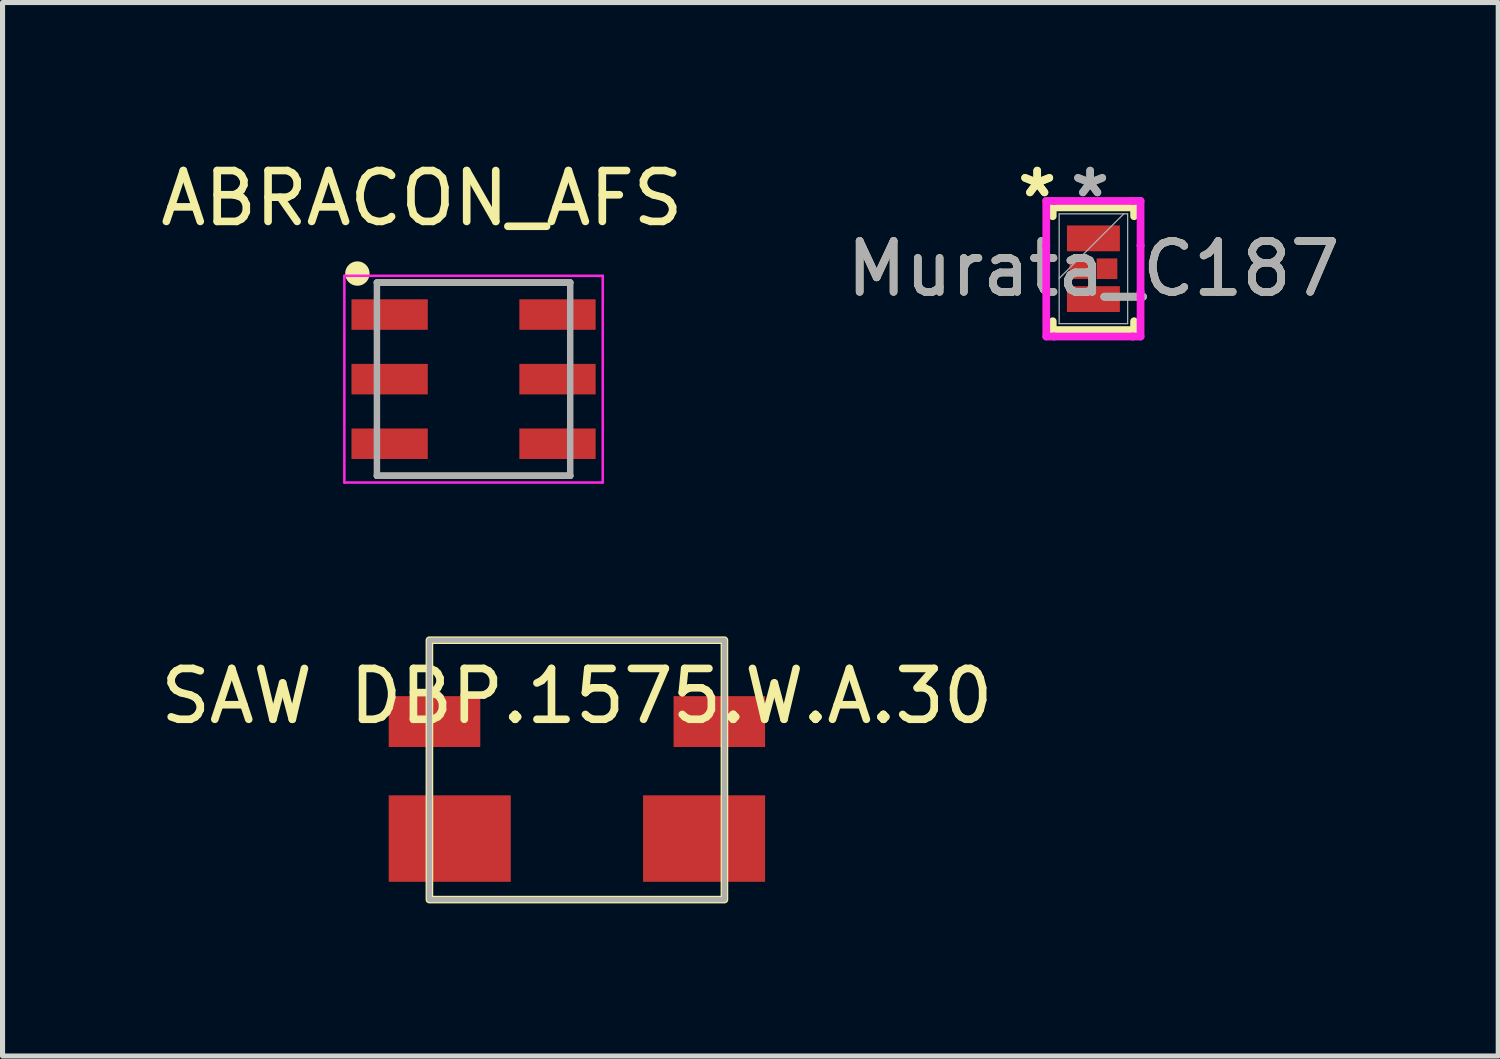
<source format=kicad_pcb>
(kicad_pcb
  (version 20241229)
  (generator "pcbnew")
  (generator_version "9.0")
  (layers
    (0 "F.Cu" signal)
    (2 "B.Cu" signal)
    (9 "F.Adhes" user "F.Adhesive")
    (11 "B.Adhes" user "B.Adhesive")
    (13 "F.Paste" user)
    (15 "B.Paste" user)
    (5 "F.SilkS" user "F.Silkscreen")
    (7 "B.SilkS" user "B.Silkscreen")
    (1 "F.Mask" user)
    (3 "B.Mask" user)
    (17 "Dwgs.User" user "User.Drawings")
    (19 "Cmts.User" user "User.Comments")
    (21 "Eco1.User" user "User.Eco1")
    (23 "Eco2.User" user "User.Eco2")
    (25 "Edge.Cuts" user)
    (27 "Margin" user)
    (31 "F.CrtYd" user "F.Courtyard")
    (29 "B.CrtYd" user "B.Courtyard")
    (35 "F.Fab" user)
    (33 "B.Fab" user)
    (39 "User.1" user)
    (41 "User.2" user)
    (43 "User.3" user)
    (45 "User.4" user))
  (footprint "ABRACON_AFS"
    (layer "F.Cu")
    (at 6.26 4.404)
    (property "Reference" "ABRACON_AFS" (at -1.016 -3.556 0) (layer "F.SilkS") (effects (font (size 1 1) (thickness 0.15))))
    (attr through_hole)
    (fp_line (start -1.9 -1.9) (end 1.9 -1.9) (stroke (width 0.127) (type solid)) (layer "F.SilkS"))
    (fp_line (start 1.9 1.9) (end -1.9 1.9) (stroke (width 0.127) (type solid)) (layer "F.SilkS"))
    (fp_circle (center -2.284 -2.076) (end -2.164 -2.076) (stroke (width 0.24) (type solid)) (fill no) (layer "F.SilkS"))
    (fp_line (start -2.54 -2.032) (end 2.54 -2.032) (stroke (width 0.05) (type solid)) (layer "F.CrtYd"))
    (fp_line (start -2.54 2.032) (end -2.54 -2.032) (stroke (width 0.05) (type solid)) (layer "F.CrtYd"))
    (fp_line (start 2.54 -2.032) (end 2.54 2.032) (stroke (width 0.05) (type solid)) (layer "F.CrtYd"))
    (fp_line (start 2.54 2.032) (end -2.54 2.032) (stroke (width 0.05) (type solid)) (layer "F.CrtYd"))
    (fp_line (start -1.9 -1.9) (end 1.9 -1.9) (stroke (width 0.127) (type solid)) (layer "F.Fab"))
    (fp_line (start -1.9 1.9) (end -1.9 -1.9) (stroke (width 0.127) (type solid)) (layer "F.Fab"))
    (fp_line (start 1.9 -1.9) (end 1.9 1.9) (stroke (width 0.127) (type solid)) (layer "F.Fab"))
    (fp_line (start 1.9 1.9) (end -1.9 1.9) (stroke (width 0.127) (type solid)) (layer "F.Fab"))
    (pad "1" smd rect (at -1.65 -1.27) (size 1.5 0.6) (layers "F.Cu" "F.Mask" "F.Paste"))
    (pad "2" smd rect (at -1.65 0) (size 1.5 0.6) (layers "F.Cu" "F.Mask" "F.Paste"))
    (pad "3" smd rect (at -1.65 1.27) (size 1.5 0.6) (layers "F.Cu" "F.Mask" "F.Paste"))
    (pad "4" smd rect (at 1.65 1.27) (size 1.5 0.6) (layers "F.Cu" "F.Mask" "F.Paste"))
    (pad "5" smd rect (at 1.65 0) (size 1.5 0.6) (layers "F.Cu" "F.Mask" "F.Paste"))
    (pad "6" smd rect (at 1.65 -1.27) (size 1.5 0.6) (layers "F.Cu" "F.Mask" "F.Paste")))
  (footprint "SAW DBP.1575.W.A.30"
    (layer "F.Cu")
    (at 8.292 11.136)
    (property "Reference" "SAW DBP.1575.W.A.30" (at 0 -0.5 0) (unlocked yes) (layer "F.SilkS") (effects (font (size 1 1) (thickness 0.15))))
    (attr through_hole)
    (fp_rect (start -2.9 -1.6) (end 2.9 3.5) (stroke (width 0.15) (type solid)) (fill no) (layer "F.SilkS"))
    (fp_rect (start -2.9 -1.6) (end 2.9 3.5) (stroke (width 0.1) (type solid)) (fill no) (layer "F.Fab"))
    (pad "1" smd rect (at -2.8 0) (size 1.8 1) (layers "F.Cu" "F.Mask" "F.Paste"))
    (pad "2" smd rect (at 2.8 0) (size 1.8 1) (layers "F.Cu" "F.Mask" "F.Paste"))
    (pad "3" smd rect (at -2.5 2.3) (size 2.4 1.7) (layers "F.Cu" "F.Mask" "F.Paste"))
    (pad "3" smd rect (at 2.5 2.3) (size 2.4 1.7) (layers "F.Cu" "F.Mask" "F.Paste")))
  (footprint "Murata_C187"
    (layer "F.Cu")
    (at 18.446 2.233)
    (property "Reference" "Murata_C187" (at 0 0 0) (unlocked yes) (layer "F.SilkS") (effects (font (size 1 1) (thickness 0.15))))
    (attr smd)
    (fp_line (start -0.8 -1.206) (end -0.8 -1.032) (stroke (width 0.152) (type solid)) (layer "F.SilkS"))
    (fp_line (start -0.8 1.032) (end -0.8 1.206) (stroke (width 0.152) (type solid)) (layer "F.SilkS"))
    (fp_line (start -0.8 1.206) (end 0.8 1.206) (stroke (width 0.152) (type solid)) (layer "F.SilkS"))
    (fp_line (start 0.8 -1.206) (end -0.8 -1.206) (stroke (width 0.152) (type solid)) (layer "F.SilkS"))
    (fp_line (start 0.8 -1.032) (end 0.8 -1.206) (stroke (width 0.152) (type solid)) (layer "F.SilkS"))
    (fp_line (start 0.8 1.206) (end 0.8 1.032) (stroke (width 0.152) (type solid)) (layer "F.SilkS"))
    (fp_line (start -0.927 -1.333) (end -0.775 -1.333) (stroke (width 0.152) (type solid)) (layer "F.CrtYd"))
    (fp_line (start -0.927 -0.457) (end -0.927 -1.333) (stroke (width 0.152) (type solid)) (layer "F.CrtYd"))
    (fp_line (start -0.927 -0.457) (end -0.927 -0.457) (stroke (width 0.152) (type solid)) (layer "F.CrtYd"))
    (fp_line (start -0.927 0.457) (end -0.927 -0.457) (stroke (width 0.152) (type solid)) (layer "F.CrtYd"))
    (fp_line (start -0.927 0.457) (end -0.927 0.457) (stroke (width 0.152) (type solid)) (layer "F.CrtYd"))
    (fp_line (start -0.927 1.333) (end -0.927 0.457) (stroke (width 0.152) (type solid)) (layer "F.CrtYd"))
    (fp_line (start -0.927 1.333) (end -0.775 1.333) (stroke (width 0.152) (type solid)) (layer "F.CrtYd"))
    (fp_line (start -0.775 -1.333) (end -0.775 -1.333) (stroke (width 0.152) (type solid)) (layer "F.CrtYd"))
    (fp_line (start -0.775 -1.333) (end 0.775 -1.333) (stroke (width 0.152) (type solid)) (layer "F.CrtYd"))
    (fp_line (start -0.775 1.333) (end -0.775 1.333) (stroke (width 0.152) (type solid)) (layer "F.CrtYd"))
    (fp_line (start -0.775 1.333) (end 0.775 1.333) (stroke (width 0.152) (type solid)) (layer "F.CrtYd"))
    (fp_line (start 0.775 -1.333) (end 0.775 -1.333) (stroke (width 0.152) (type solid)) (layer "F.CrtYd"))
    (fp_line (start 0.775 -1.333) (end 0.927 -1.333) (stroke (width 0.152) (type solid)) (layer "F.CrtYd"))
    (fp_line (start 0.775 1.333) (end 0.775 1.333) (stroke (width 0.152) (type solid)) (layer "F.CrtYd"))
    (fp_line (start 0.775 1.333) (end 0.927 1.333) (stroke (width 0.152) (type solid)) (layer "F.CrtYd"))
    (fp_line (start 0.927 -0.457) (end 0.927 -1.333) (stroke (width 0.152) (type solid)) (layer "F.CrtYd"))
    (fp_line (start 0.927 -0.457) (end 0.927 -0.457) (stroke (width 0.152) (type solid)) (layer "F.CrtYd"))
    (fp_line (start 0.927 0.457) (end 0.927 -0.457) (stroke (width 0.152) (type solid)) (layer "F.CrtYd"))
    (fp_line (start 0.927 0.457) (end 0.927 0.457) (stroke (width 0.152) (type solid)) (layer "F.CrtYd"))
    (fp_line (start 0.927 1.333) (end 0.927 0.457) (stroke (width 0.152) (type solid)) (layer "F.CrtYd"))
    (fp_line (start -0.673 -1.079) (end -0.673 1.079) (stroke (width 0.025) (type solid)) (layer "F.Fab"))
    (fp_line (start -0.673 0.191) (end 0.597 -1.079) (stroke (width 0.025) (type solid)) (layer "F.Fab"))
    (fp_line (start -0.673 1.079) (end 0.673 1.079) (stroke (width 0.025) (type solid)) (layer "F.Fab"))
    (fp_line (start 0.673 -1.079) (end -0.673 -1.079) (stroke (width 0.025) (type solid)) (layer "F.Fab"))
    (fp_line (start 0.673 1.079) (end 0.673 -1.079) (stroke (width 0.025) (type solid)) (layer "F.Fab"))
    (fp_text user "*" (at -1.105 -1.384 0) (layer "F.SilkS") (effects (font (size 1 1) (thickness 0.15))))
    (fp_text user "*" (at -1.105 -1.384 0) (unlocked yes) (layer "F.SilkS") (effects (font (size 1 1) (thickness 0.15))))
    (fp_text user "*" (at -0.064 -1.384 0) (layer "F.Fab") (effects (font (size 1 1) (thickness 0.15))))
    (fp_text user "*" (at -0.064 -1.384 0) (unlocked yes) (layer "F.Fab") (effects (font (size 1 1) (thickness 0.15))))
    (fp_text user "${REFERENCE}" (at 0 0 0) (unlocked yes) (layer "F.Fab") (effects (font (size 1 1) (thickness 0.15))))
    (pad "1" smd rect (at -0.267 0 90) (size 0.406 0.406) (layers "F.Cu" "F.Mask" "F.Paste"))
    (pad "2" smd rect (at 0 0.597) (size 1.041 0.508) (layers "F.Cu" "F.Mask" "F.Paste"))
    (pad "3" smd rect (at 0.267 0 90) (size 0.406 0.406) (layers "F.Cu" "F.Mask" "F.Paste"))
    (pad "4" smd rect (at 0 -0.597) (size 1.041 0.508) (layers "F.Cu" "F.Mask" "F.Paste")))
  (gr_rect
    (start -3 -3)
    (end 26.405 17.711)
    (stroke (width 0.1) (type default))
    (fill no)
    (layer "Edge.Cuts")))
</source>
